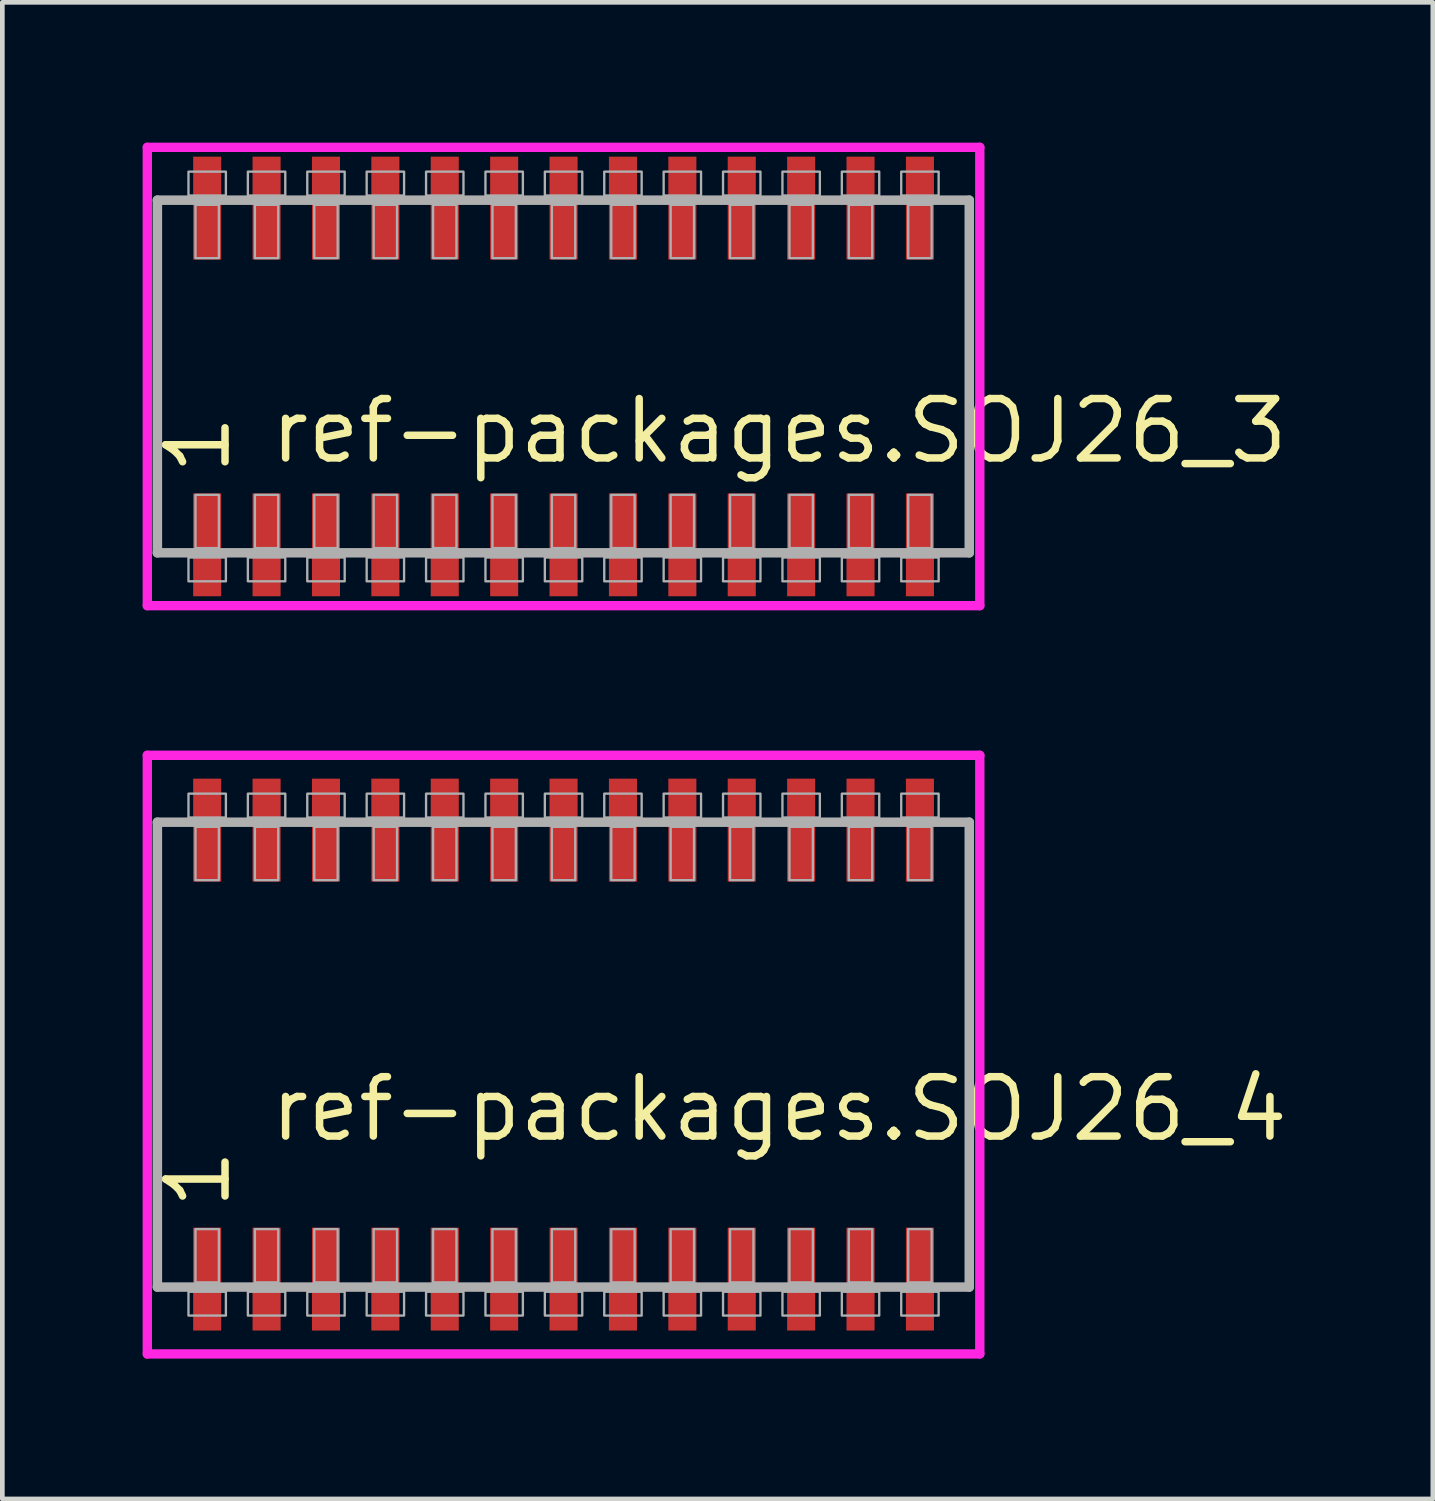
<source format=kicad_pcb>
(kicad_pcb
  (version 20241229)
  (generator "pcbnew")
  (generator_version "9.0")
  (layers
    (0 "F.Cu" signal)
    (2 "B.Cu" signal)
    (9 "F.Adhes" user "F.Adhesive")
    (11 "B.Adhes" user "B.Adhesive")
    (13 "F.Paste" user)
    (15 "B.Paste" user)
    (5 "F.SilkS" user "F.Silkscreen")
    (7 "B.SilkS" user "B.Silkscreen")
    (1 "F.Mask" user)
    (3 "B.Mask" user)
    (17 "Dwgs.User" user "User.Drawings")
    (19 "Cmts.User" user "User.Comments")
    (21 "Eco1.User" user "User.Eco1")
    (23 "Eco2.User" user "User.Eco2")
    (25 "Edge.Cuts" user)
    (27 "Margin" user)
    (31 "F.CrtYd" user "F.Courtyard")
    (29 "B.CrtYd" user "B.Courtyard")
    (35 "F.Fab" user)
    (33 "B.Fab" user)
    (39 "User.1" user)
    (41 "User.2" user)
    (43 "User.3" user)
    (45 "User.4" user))
  (footprint "ref-packages.SOJ26_3"
    (layer "F.Cu")
    (at 9 5)
    (property "Reference" "ref-packages.SOJ26_3" (at -6.35 1.905 0) (layer "F.SilkS") (effects (font (size 1.27 1.27) (thickness 0.16)) (justify left bottom)))
    (attr smd)
    (fp_line (start -8.9 -4.9) (end 8.9 -4.9) (stroke (width 0.2) (type default)) (layer "F.CrtYd"))
    (fp_line (start -8.9 4.9) (end -8.9 -4.9) (stroke (width 0.2) (type default)) (layer "F.CrtYd"))
    (fp_line (start 8.9 -4.9) (end 8.9 4.9) (stroke (width 0.2) (type default)) (layer "F.CrtYd"))
    (fp_line (start 8.9 4.9) (end -8.9 4.9) (stroke (width 0.2) (type default)) (layer "F.CrtYd"))
    (fp_line (start -8.685 -3.77) (end 8.675 -3.77) (stroke (width 0.203) (type default)) (layer "F.Fab"))
    (fp_line (start -8.685 3.77) (end -8.685 -3.77) (stroke (width 0.203) (type default)) (layer "F.Fab"))
    (fp_line (start 8.675 -3.77) (end 8.675 3.77) (stroke (width 0.203) (type default)) (layer "F.Fab"))
    (fp_line (start 8.675 3.77) (end -8.685 3.77) (stroke (width 0.203) (type default)) (layer "F.Fab"))
    (fp_rect (start -8.02 -3.87) (end -7.22 -4.38) (stroke (width 0.05) (type default)) (fill no) (layer "F.Fab"))
    (fp_rect (start -8.02 4.38) (end -7.22 3.87) (stroke (width 0.05) (type default)) (fill no) (layer "F.Fab"))
    (fp_rect (start -7.87 -2.53) (end -7.37 -3.67) (stroke (width 0.05) (type default)) (fill no) (layer "F.Fab"))
    (fp_rect (start -7.87 3.67) (end -7.37 2.53) (stroke (width 0.05) (type default)) (fill no) (layer "F.Fab"))
    (fp_rect (start -6.75 -3.87) (end -5.95 -4.38) (stroke (width 0.05) (type default)) (fill no) (layer "F.Fab"))
    (fp_rect (start -6.75 4.38) (end -5.95 3.87) (stroke (width 0.05) (type default)) (fill no) (layer "F.Fab"))
    (fp_rect (start -6.6 -2.53) (end -6.1 -3.67) (stroke (width 0.05) (type default)) (fill no) (layer "F.Fab"))
    (fp_rect (start -6.6 3.67) (end -6.1 2.53) (stroke (width 0.05) (type default)) (fill no) (layer "F.Fab"))
    (fp_rect (start -5.48 -3.87) (end -4.68 -4.38) (stroke (width 0.05) (type default)) (fill no) (layer "F.Fab"))
    (fp_rect (start -5.48 4.38) (end -4.68 3.87) (stroke (width 0.05) (type default)) (fill no) (layer "F.Fab"))
    (fp_rect (start -5.33 -2.53) (end -4.83 -3.67) (stroke (width 0.05) (type default)) (fill no) (layer "F.Fab"))
    (fp_rect (start -5.33 3.67) (end -4.83 2.53) (stroke (width 0.05) (type default)) (fill no) (layer "F.Fab"))
    (fp_rect (start -4.21 -3.87) (end -3.41 -4.38) (stroke (width 0.05) (type default)) (fill no) (layer "F.Fab"))
    (fp_rect (start -4.21 4.38) (end -3.41 3.87) (stroke (width 0.05) (type default)) (fill no) (layer "F.Fab"))
    (fp_rect (start -4.06 -2.53) (end -3.56 -3.67) (stroke (width 0.05) (type default)) (fill no) (layer "F.Fab"))
    (fp_rect (start -4.06 3.67) (end -3.56 2.53) (stroke (width 0.05) (type default)) (fill no) (layer "F.Fab"))
    (fp_rect (start -2.94 -3.87) (end -2.14 -4.38) (stroke (width 0.05) (type default)) (fill no) (layer "F.Fab"))
    (fp_rect (start -2.94 4.38) (end -2.14 3.87) (stroke (width 0.05) (type default)) (fill no) (layer "F.Fab"))
    (fp_rect (start -2.79 -2.53) (end -2.29 -3.67) (stroke (width 0.05) (type default)) (fill no) (layer "F.Fab"))
    (fp_rect (start -2.79 3.67) (end -2.29 2.53) (stroke (width 0.05) (type default)) (fill no) (layer "F.Fab"))
    (fp_rect (start -1.67 -3.87) (end -0.87 -4.38) (stroke (width 0.05) (type default)) (fill no) (layer "F.Fab"))
    (fp_rect (start -1.67 4.38) (end -0.87 3.87) (stroke (width 0.05) (type default)) (fill no) (layer "F.Fab"))
    (fp_rect (start -1.52 -2.53) (end -1.02 -3.67) (stroke (width 0.05) (type default)) (fill no) (layer "F.Fab"))
    (fp_rect (start -1.52 3.67) (end -1.02 2.53) (stroke (width 0.05) (type default)) (fill no) (layer "F.Fab"))
    (fp_rect (start -0.4 -3.87) (end 0.4 -4.38) (stroke (width 0.05) (type default)) (fill no) (layer "F.Fab"))
    (fp_rect (start -0.4 4.38) (end 0.4 3.87) (stroke (width 0.05) (type default)) (fill no) (layer "F.Fab"))
    (fp_rect (start -0.25 -2.53) (end 0.25 -3.67) (stroke (width 0.05) (type default)) (fill no) (layer "F.Fab"))
    (fp_rect (start -0.25 3.67) (end 0.25 2.53) (stroke (width 0.05) (type default)) (fill no) (layer "F.Fab"))
    (fp_rect (start 0.87 -3.87) (end 1.67 -4.38) (stroke (width 0.05) (type default)) (fill no) (layer "F.Fab"))
    (fp_rect (start 0.87 4.38) (end 1.67 3.87) (stroke (width 0.05) (type default)) (fill no) (layer "F.Fab"))
    (fp_rect (start 1.02 -2.53) (end 1.52 -3.67) (stroke (width 0.05) (type default)) (fill no) (layer "F.Fab"))
    (fp_rect (start 1.02 3.67) (end 1.52 2.53) (stroke (width 0.05) (type default)) (fill no) (layer "F.Fab"))
    (fp_rect (start 2.14 -3.87) (end 2.94 -4.38) (stroke (width 0.05) (type default)) (fill no) (layer "F.Fab"))
    (fp_rect (start 2.14 4.38) (end 2.94 3.87) (stroke (width 0.05) (type default)) (fill no) (layer "F.Fab"))
    (fp_rect (start 2.29 -2.53) (end 2.79 -3.67) (stroke (width 0.05) (type default)) (fill no) (layer "F.Fab"))
    (fp_rect (start 2.29 3.67) (end 2.79 2.53) (stroke (width 0.05) (type default)) (fill no) (layer "F.Fab"))
    (fp_rect (start 3.41 -3.87) (end 4.21 -4.38) (stroke (width 0.05) (type default)) (fill no) (layer "F.Fab"))
    (fp_rect (start 3.41 4.38) (end 4.21 3.87) (stroke (width 0.05) (type default)) (fill no) (layer "F.Fab"))
    (fp_rect (start 3.56 -2.53) (end 4.06 -3.67) (stroke (width 0.05) (type default)) (fill no) (layer "F.Fab"))
    (fp_rect (start 3.56 3.67) (end 4.06 2.53) (stroke (width 0.05) (type default)) (fill no) (layer "F.Fab"))
    (fp_rect (start 4.68 -3.87) (end 5.48 -4.38) (stroke (width 0.05) (type default)) (fill no) (layer "F.Fab"))
    (fp_rect (start 4.68 4.38) (end 5.48 3.87) (stroke (width 0.05) (type default)) (fill no) (layer "F.Fab"))
    (fp_rect (start 4.83 -2.53) (end 5.33 -3.67) (stroke (width 0.05) (type default)) (fill no) (layer "F.Fab"))
    (fp_rect (start 4.83 3.67) (end 5.33 2.53) (stroke (width 0.05) (type default)) (fill no) (layer "F.Fab"))
    (fp_rect (start 5.95 -3.87) (end 6.75 -4.38) (stroke (width 0.05) (type default)) (fill no) (layer "F.Fab"))
    (fp_rect (start 5.95 4.38) (end 6.75 3.87) (stroke (width 0.05) (type default)) (fill no) (layer "F.Fab"))
    (fp_rect (start 6.1 -2.53) (end 6.6 -3.67) (stroke (width 0.05) (type default)) (fill no) (layer "F.Fab"))
    (fp_rect (start 6.1 3.67) (end 6.6 2.53) (stroke (width 0.05) (type default)) (fill no) (layer "F.Fab"))
    (fp_rect (start 7.22 -3.87) (end 8.02 -4.38) (stroke (width 0.05) (type default)) (fill no) (layer "F.Fab"))
    (fp_rect (start 7.22 4.38) (end 8.02 3.87) (stroke (width 0.05) (type default)) (fill no) (layer "F.Fab"))
    (fp_rect (start 7.37 -2.53) (end 7.87 -3.67) (stroke (width 0.05) (type default)) (fill no) (layer "F.Fab"))
    (fp_rect (start 7.37 3.67) (end 7.87 2.53) (stroke (width 0.05) (type default)) (fill no) (layer "F.Fab"))
    (fp_text user "1" (at -7.075 2.17 90) (layer "F.SilkS") (effects (font (size 1.27 1.27) (thickness 0.16)) (justify left bottom)))
    (pad "1" smd roundrect (at -7.62 3.6) (size 0.6 2.2) (layers "F.Cu" "F.Mask" "F.Paste") (roundrect_rratio 0.01))
    (pad "2" smd roundrect (at -6.35 3.6) (size 0.6 2.2) (layers "F.Cu" "F.Mask" "F.Paste") (roundrect_rratio 0.01))
    (pad "3" smd roundrect (at -5.08 3.6) (size 0.6 2.2) (layers "F.Cu" "F.Mask" "F.Paste") (roundrect_rratio 0.01))
    (pad "4" smd roundrect (at -3.81 3.6) (size 0.6 2.2) (layers "F.Cu" "F.Mask" "F.Paste") (roundrect_rratio 0.01))
    (pad "5" smd roundrect (at -2.54 3.6) (size 0.6 2.2) (layers "F.Cu" "F.Mask" "F.Paste") (roundrect_rratio 0.01))
    (pad "6" smd roundrect (at -1.27 3.6) (size 0.6 2.2) (layers "F.Cu" "F.Mask" "F.Paste") (roundrect_rratio 0.01))
    (pad "7" smd roundrect (at 0 3.6) (size 0.6 2.2) (layers "F.Cu" "F.Mask" "F.Paste") (roundrect_rratio 0.01))
    (pad "8" smd roundrect (at 1.27 3.6) (size 0.6 2.2) (layers "F.Cu" "F.Mask" "F.Paste") (roundrect_rratio 0.01))
    (pad "9" smd roundrect (at 2.54 3.6) (size 0.6 2.2) (layers "F.Cu" "F.Mask" "F.Paste") (roundrect_rratio 0.01))
    (pad "10" smd roundrect (at 3.81 3.6) (size 0.6 2.2) (layers "F.Cu" "F.Mask" "F.Paste") (roundrect_rratio 0.01))
    (pad "11" smd roundrect (at 5.08 3.6) (size 0.6 2.2) (layers "F.Cu" "F.Mask" "F.Paste") (roundrect_rratio 0.01))
    (pad "12" smd roundrect (at 6.35 3.6) (size 0.6 2.2) (layers "F.Cu" "F.Mask" "F.Paste") (roundrect_rratio 0.01))
    (pad "13" smd roundrect (at 7.62 3.6) (size 0.6 2.2) (layers "F.Cu" "F.Mask" "F.Paste") (roundrect_rratio 0.01))
    (pad "14" smd roundrect (at 7.62 -3.6) (size 0.6 2.2) (layers "F.Cu" "F.Mask" "F.Paste") (roundrect_rratio 0.01))
    (pad "15" smd roundrect (at 6.35 -3.6) (size 0.6 2.2) (layers "F.Cu" "F.Mask" "F.Paste") (roundrect_rratio 0.01))
    (pad "16" smd roundrect (at 5.08 -3.6) (size 0.6 2.2) (layers "F.Cu" "F.Mask" "F.Paste") (roundrect_rratio 0.01))
    (pad "17" smd roundrect (at 3.81 -3.6) (size 0.6 2.2) (layers "F.Cu" "F.Mask" "F.Paste") (roundrect_rratio 0.01))
    (pad "18" smd roundrect (at 2.54 -3.6) (size 0.6 2.2) (layers "F.Cu" "F.Mask" "F.Paste") (roundrect_rratio 0.01))
    (pad "19" smd roundrect (at 1.27 -3.6) (size 0.6 2.2) (layers "F.Cu" "F.Mask" "F.Paste") (roundrect_rratio 0.01))
    (pad "20" smd roundrect (at 0 -3.6) (size 0.6 2.2) (layers "F.Cu" "F.Mask" "F.Paste") (roundrect_rratio 0.01))
    (pad "21" smd roundrect (at -1.27 -3.6) (size 0.6 2.2) (layers "F.Cu" "F.Mask" "F.Paste") (roundrect_rratio 0.01))
    (pad "22" smd roundrect (at -2.54 -3.6) (size 0.6 2.2) (layers "F.Cu" "F.Mask" "F.Paste") (roundrect_rratio 0.01))
    (pad "23" smd roundrect (at -3.81 -3.6) (size 0.6 2.2) (layers "F.Cu" "F.Mask" "F.Paste") (roundrect_rratio 0.01))
    (pad "24" smd roundrect (at -5.08 -3.6) (size 0.6 2.2) (layers "F.Cu" "F.Mask" "F.Paste") (roundrect_rratio 0.01))
    (pad "25" smd roundrect (at -6.35 -3.6) (size 0.6 2.2) (layers "F.Cu" "F.Mask" "F.Paste") (roundrect_rratio 0.01))
    (pad "26" smd roundrect (at -7.62 -3.6) (size 0.6 2.2) (layers "F.Cu" "F.Mask" "F.Paste") (roundrect_rratio 0.01)))
  (footprint "ref-packages.SOJ26_4"
    (layer "F.Cu")
    (at 9 19.5)
    (property "Reference" "ref-packages.SOJ26_4" (at -6.35 1.905 0) (layer "F.SilkS") (effects (font (size 1.27 1.27) (thickness 0.16)) (justify left bottom)))
    (attr smd)
    (fp_line (start -8.9 -6.4) (end 8.9 -6.4) (stroke (width 0.2) (type default)) (layer "F.CrtYd"))
    (fp_line (start -8.9 6.4) (end -8.9 -6.4) (stroke (width 0.2) (type default)) (layer "F.CrtYd"))
    (fp_line (start 8.9 -6.4) (end 8.9 6.4) (stroke (width 0.2) (type default)) (layer "F.CrtYd"))
    (fp_line (start 8.9 6.4) (end -8.9 6.4) (stroke (width 0.2) (type default)) (layer "F.CrtYd"))
    (fp_line (start -8.685 -4.97) (end 8.675 -4.97) (stroke (width 0.203) (type default)) (layer "F.Fab"))
    (fp_line (start -8.685 4.97) (end -8.685 -4.97) (stroke (width 0.203) (type default)) (layer "F.Fab"))
    (fp_line (start 8.675 -4.97) (end 8.675 4.97) (stroke (width 0.203) (type default)) (layer "F.Fab"))
    (fp_line (start 8.675 4.97) (end -8.685 4.97) (stroke (width 0.203) (type default)) (layer "F.Fab"))
    (fp_rect (start -8.02 -5.07) (end -7.22 -5.58) (stroke (width 0.05) (type default)) (fill no) (layer "F.Fab"))
    (fp_rect (start -8.02 5.58) (end -7.22 5.07) (stroke (width 0.05) (type default)) (fill no) (layer "F.Fab"))
    (fp_rect (start -7.87 -3.73) (end -7.37 -4.87) (stroke (width 0.05) (type default)) (fill no) (layer "F.Fab"))
    (fp_rect (start -7.87 4.87) (end -7.37 3.73) (stroke (width 0.05) (type default)) (fill no) (layer "F.Fab"))
    (fp_rect (start -6.75 -5.07) (end -5.95 -5.58) (stroke (width 0.05) (type default)) (fill no) (layer "F.Fab"))
    (fp_rect (start -6.75 5.58) (end -5.95 5.07) (stroke (width 0.05) (type default)) (fill no) (layer "F.Fab"))
    (fp_rect (start -6.6 -3.73) (end -6.1 -4.87) (stroke (width 0.05) (type default)) (fill no) (layer "F.Fab"))
    (fp_rect (start -6.6 4.87) (end -6.1 3.73) (stroke (width 0.05) (type default)) (fill no) (layer "F.Fab"))
    (fp_rect (start -5.48 -5.07) (end -4.68 -5.58) (stroke (width 0.05) (type default)) (fill no) (layer "F.Fab"))
    (fp_rect (start -5.48 5.58) (end -4.68 5.07) (stroke (width 0.05) (type default)) (fill no) (layer "F.Fab"))
    (fp_rect (start -5.33 -3.73) (end -4.83 -4.87) (stroke (width 0.05) (type default)) (fill no) (layer "F.Fab"))
    (fp_rect (start -5.33 4.87) (end -4.83 3.73) (stroke (width 0.05) (type default)) (fill no) (layer "F.Fab"))
    (fp_rect (start -4.21 -5.07) (end -3.41 -5.58) (stroke (width 0.05) (type default)) (fill no) (layer "F.Fab"))
    (fp_rect (start -4.21 5.58) (end -3.41 5.07) (stroke (width 0.05) (type default)) (fill no) (layer "F.Fab"))
    (fp_rect (start -4.06 -3.73) (end -3.56 -4.87) (stroke (width 0.05) (type default)) (fill no) (layer "F.Fab"))
    (fp_rect (start -4.06 4.87) (end -3.56 3.73) (stroke (width 0.05) (type default)) (fill no) (layer "F.Fab"))
    (fp_rect (start -2.94 -5.07) (end -2.14 -5.58) (stroke (width 0.05) (type default)) (fill no) (layer "F.Fab"))
    (fp_rect (start -2.94 5.58) (end -2.14 5.07) (stroke (width 0.05) (type default)) (fill no) (layer "F.Fab"))
    (fp_rect (start -2.79 -3.73) (end -2.29 -4.87) (stroke (width 0.05) (type default)) (fill no) (layer "F.Fab"))
    (fp_rect (start -2.79 4.87) (end -2.29 3.73) (stroke (width 0.05) (type default)) (fill no) (layer "F.Fab"))
    (fp_rect (start -1.67 -5.07) (end -0.87 -5.58) (stroke (width 0.05) (type default)) (fill no) (layer "F.Fab"))
    (fp_rect (start -1.67 5.58) (end -0.87 5.07) (stroke (width 0.05) (type default)) (fill no) (layer "F.Fab"))
    (fp_rect (start -1.52 -3.73) (end -1.02 -4.87) (stroke (width 0.05) (type default)) (fill no) (layer "F.Fab"))
    (fp_rect (start -1.52 4.87) (end -1.02 3.73) (stroke (width 0.05) (type default)) (fill no) (layer "F.Fab"))
    (fp_rect (start -0.4 -5.07) (end 0.4 -5.58) (stroke (width 0.05) (type default)) (fill no) (layer "F.Fab"))
    (fp_rect (start -0.4 5.58) (end 0.4 5.07) (stroke (width 0.05) (type default)) (fill no) (layer "F.Fab"))
    (fp_rect (start -0.25 -3.73) (end 0.25 -4.87) (stroke (width 0.05) (type default)) (fill no) (layer "F.Fab"))
    (fp_rect (start -0.25 4.87) (end 0.25 3.73) (stroke (width 0.05) (type default)) (fill no) (layer "F.Fab"))
    (fp_rect (start 0.87 -5.07) (end 1.67 -5.58) (stroke (width 0.05) (type default)) (fill no) (layer "F.Fab"))
    (fp_rect (start 0.87 5.58) (end 1.67 5.07) (stroke (width 0.05) (type default)) (fill no) (layer "F.Fab"))
    (fp_rect (start 1.02 -3.73) (end 1.52 -4.87) (stroke (width 0.05) (type default)) (fill no) (layer "F.Fab"))
    (fp_rect (start 1.02 4.87) (end 1.52 3.73) (stroke (width 0.05) (type default)) (fill no) (layer "F.Fab"))
    (fp_rect (start 2.14 -5.07) (end 2.94 -5.58) (stroke (width 0.05) (type default)) (fill no) (layer "F.Fab"))
    (fp_rect (start 2.14 5.58) (end 2.94 5.07) (stroke (width 0.05) (type default)) (fill no) (layer "F.Fab"))
    (fp_rect (start 2.29 -3.73) (end 2.79 -4.87) (stroke (width 0.05) (type default)) (fill no) (layer "F.Fab"))
    (fp_rect (start 2.29 4.87) (end 2.79 3.73) (stroke (width 0.05) (type default)) (fill no) (layer "F.Fab"))
    (fp_rect (start 3.41 -5.07) (end 4.21 -5.58) (stroke (width 0.05) (type default)) (fill no) (layer "F.Fab"))
    (fp_rect (start 3.41 5.58) (end 4.21 5.07) (stroke (width 0.05) (type default)) (fill no) (layer "F.Fab"))
    (fp_rect (start 3.56 -3.73) (end 4.06 -4.87) (stroke (width 0.05) (type default)) (fill no) (layer "F.Fab"))
    (fp_rect (start 3.56 4.87) (end 4.06 3.73) (stroke (width 0.05) (type default)) (fill no) (layer "F.Fab"))
    (fp_rect (start 4.68 -5.07) (end 5.48 -5.58) (stroke (width 0.05) (type default)) (fill no) (layer "F.Fab"))
    (fp_rect (start 4.68 5.58) (end 5.48 5.07) (stroke (width 0.05) (type default)) (fill no) (layer "F.Fab"))
    (fp_rect (start 4.83 -3.73) (end 5.33 -4.87) (stroke (width 0.05) (type default)) (fill no) (layer "F.Fab"))
    (fp_rect (start 4.83 4.87) (end 5.33 3.73) (stroke (width 0.05) (type default)) (fill no) (layer "F.Fab"))
    (fp_rect (start 5.95 -5.07) (end 6.75 -5.58) (stroke (width 0.05) (type default)) (fill no) (layer "F.Fab"))
    (fp_rect (start 5.95 5.58) (end 6.75 5.07) (stroke (width 0.05) (type default)) (fill no) (layer "F.Fab"))
    (fp_rect (start 6.1 -3.73) (end 6.6 -4.87) (stroke (width 0.05) (type default)) (fill no) (layer "F.Fab"))
    (fp_rect (start 6.1 4.87) (end 6.6 3.73) (stroke (width 0.05) (type default)) (fill no) (layer "F.Fab"))
    (fp_rect (start 7.22 -5.07) (end 8.02 -5.58) (stroke (width 0.05) (type default)) (fill no) (layer "F.Fab"))
    (fp_rect (start 7.22 5.58) (end 8.02 5.07) (stroke (width 0.05) (type default)) (fill no) (layer "F.Fab"))
    (fp_rect (start 7.37 -3.73) (end 7.87 -4.87) (stroke (width 0.05) (type default)) (fill no) (layer "F.Fab"))
    (fp_rect (start 7.37 4.87) (end 7.87 3.73) (stroke (width 0.05) (type default)) (fill no) (layer "F.Fab"))
    (fp_text user "1" (at -7.075 3.37 90) (layer "F.SilkS") (effects (font (size 1.27 1.27) (thickness 0.16)) (justify left bottom)))
    (pad "1" smd roundrect (at -7.62 4.8) (size 0.6 2.2) (layers "F.Cu" "F.Mask" "F.Paste") (roundrect_rratio 0.01))
    (pad "2" smd roundrect (at -6.35 4.8) (size 0.6 2.2) (layers "F.Cu" "F.Mask" "F.Paste") (roundrect_rratio 0.01))
    (pad "3" smd roundrect (at -5.08 4.8) (size 0.6 2.2) (layers "F.Cu" "F.Mask" "F.Paste") (roundrect_rratio 0.01))
    (pad "4" smd roundrect (at -3.81 4.8) (size 0.6 2.2) (layers "F.Cu" "F.Mask" "F.Paste") (roundrect_rratio 0.01))
    (pad "5" smd roundrect (at -2.54 4.8) (size 0.6 2.2) (layers "F.Cu" "F.Mask" "F.Paste") (roundrect_rratio 0.01))
    (pad "6" smd roundrect (at -1.27 4.8) (size 0.6 2.2) (layers "F.Cu" "F.Mask" "F.Paste") (roundrect_rratio 0.01))
    (pad "7" smd roundrect (at 0 4.8) (size 0.6 2.2) (layers "F.Cu" "F.Mask" "F.Paste") (roundrect_rratio 0.01))
    (pad "8" smd roundrect (at 1.27 4.8) (size 0.6 2.2) (layers "F.Cu" "F.Mask" "F.Paste") (roundrect_rratio 0.01))
    (pad "9" smd roundrect (at 2.54 4.8) (size 0.6 2.2) (layers "F.Cu" "F.Mask" "F.Paste") (roundrect_rratio 0.01))
    (pad "10" smd roundrect (at 3.81 4.8) (size 0.6 2.2) (layers "F.Cu" "F.Mask" "F.Paste") (roundrect_rratio 0.01))
    (pad "11" smd roundrect (at 5.08 4.8) (size 0.6 2.2) (layers "F.Cu" "F.Mask" "F.Paste") (roundrect_rratio 0.01))
    (pad "12" smd roundrect (at 6.35 4.8) (size 0.6 2.2) (layers "F.Cu" "F.Mask" "F.Paste") (roundrect_rratio 0.01))
    (pad "13" smd roundrect (at 7.62 4.8) (size 0.6 2.2) (layers "F.Cu" "F.Mask" "F.Paste") (roundrect_rratio 0.01))
    (pad "14" smd roundrect (at 7.62 -4.8) (size 0.6 2.2) (layers "F.Cu" "F.Mask" "F.Paste") (roundrect_rratio 0.01))
    (pad "15" smd roundrect (at 6.35 -4.8) (size 0.6 2.2) (layers "F.Cu" "F.Mask" "F.Paste") (roundrect_rratio 0.01))
    (pad "16" smd roundrect (at 5.08 -4.8) (size 0.6 2.2) (layers "F.Cu" "F.Mask" "F.Paste") (roundrect_rratio 0.01))
    (pad "17" smd roundrect (at 3.81 -4.8) (size 0.6 2.2) (layers "F.Cu" "F.Mask" "F.Paste") (roundrect_rratio 0.01))
    (pad "18" smd roundrect (at 2.54 -4.8) (size 0.6 2.2) (layers "F.Cu" "F.Mask" "F.Paste") (roundrect_rratio 0.01))
    (pad "19" smd roundrect (at 1.27 -4.8) (size 0.6 2.2) (layers "F.Cu" "F.Mask" "F.Paste") (roundrect_rratio 0.01))
    (pad "20" smd roundrect (at 0 -4.8) (size 0.6 2.2) (layers "F.Cu" "F.Mask" "F.Paste") (roundrect_rratio 0.01))
    (pad "21" smd roundrect (at -1.27 -4.8) (size 0.6 2.2) (layers "F.Cu" "F.Mask" "F.Paste") (roundrect_rratio 0.01))
    (pad "22" smd roundrect (at -2.54 -4.8) (size 0.6 2.2) (layers "F.Cu" "F.Mask" "F.Paste") (roundrect_rratio 0.01))
    (pad "23" smd roundrect (at -3.81 -4.8) (size 0.6 2.2) (layers "F.Cu" "F.Mask" "F.Paste") (roundrect_rratio 0.01))
    (pad "24" smd roundrect (at -5.08 -4.8) (size 0.6 2.2) (layers "F.Cu" "F.Mask" "F.Paste") (roundrect_rratio 0.01))
    (pad "25" smd roundrect (at -6.35 -4.8) (size 0.6 2.2) (layers "F.Cu" "F.Mask" "F.Paste") (roundrect_rratio 0.01))
    (pad "26" smd roundrect (at -7.62 -4.8) (size 0.6 2.2) (layers "F.Cu" "F.Mask" "F.Paste") (roundrect_rratio 0.01)))
  (gr_rect
    (start -3 -3)
    (end 27.587 29)
    (stroke (width 0.1) (type default))
    (fill no)
    (layer "Edge.Cuts")))
</source>
